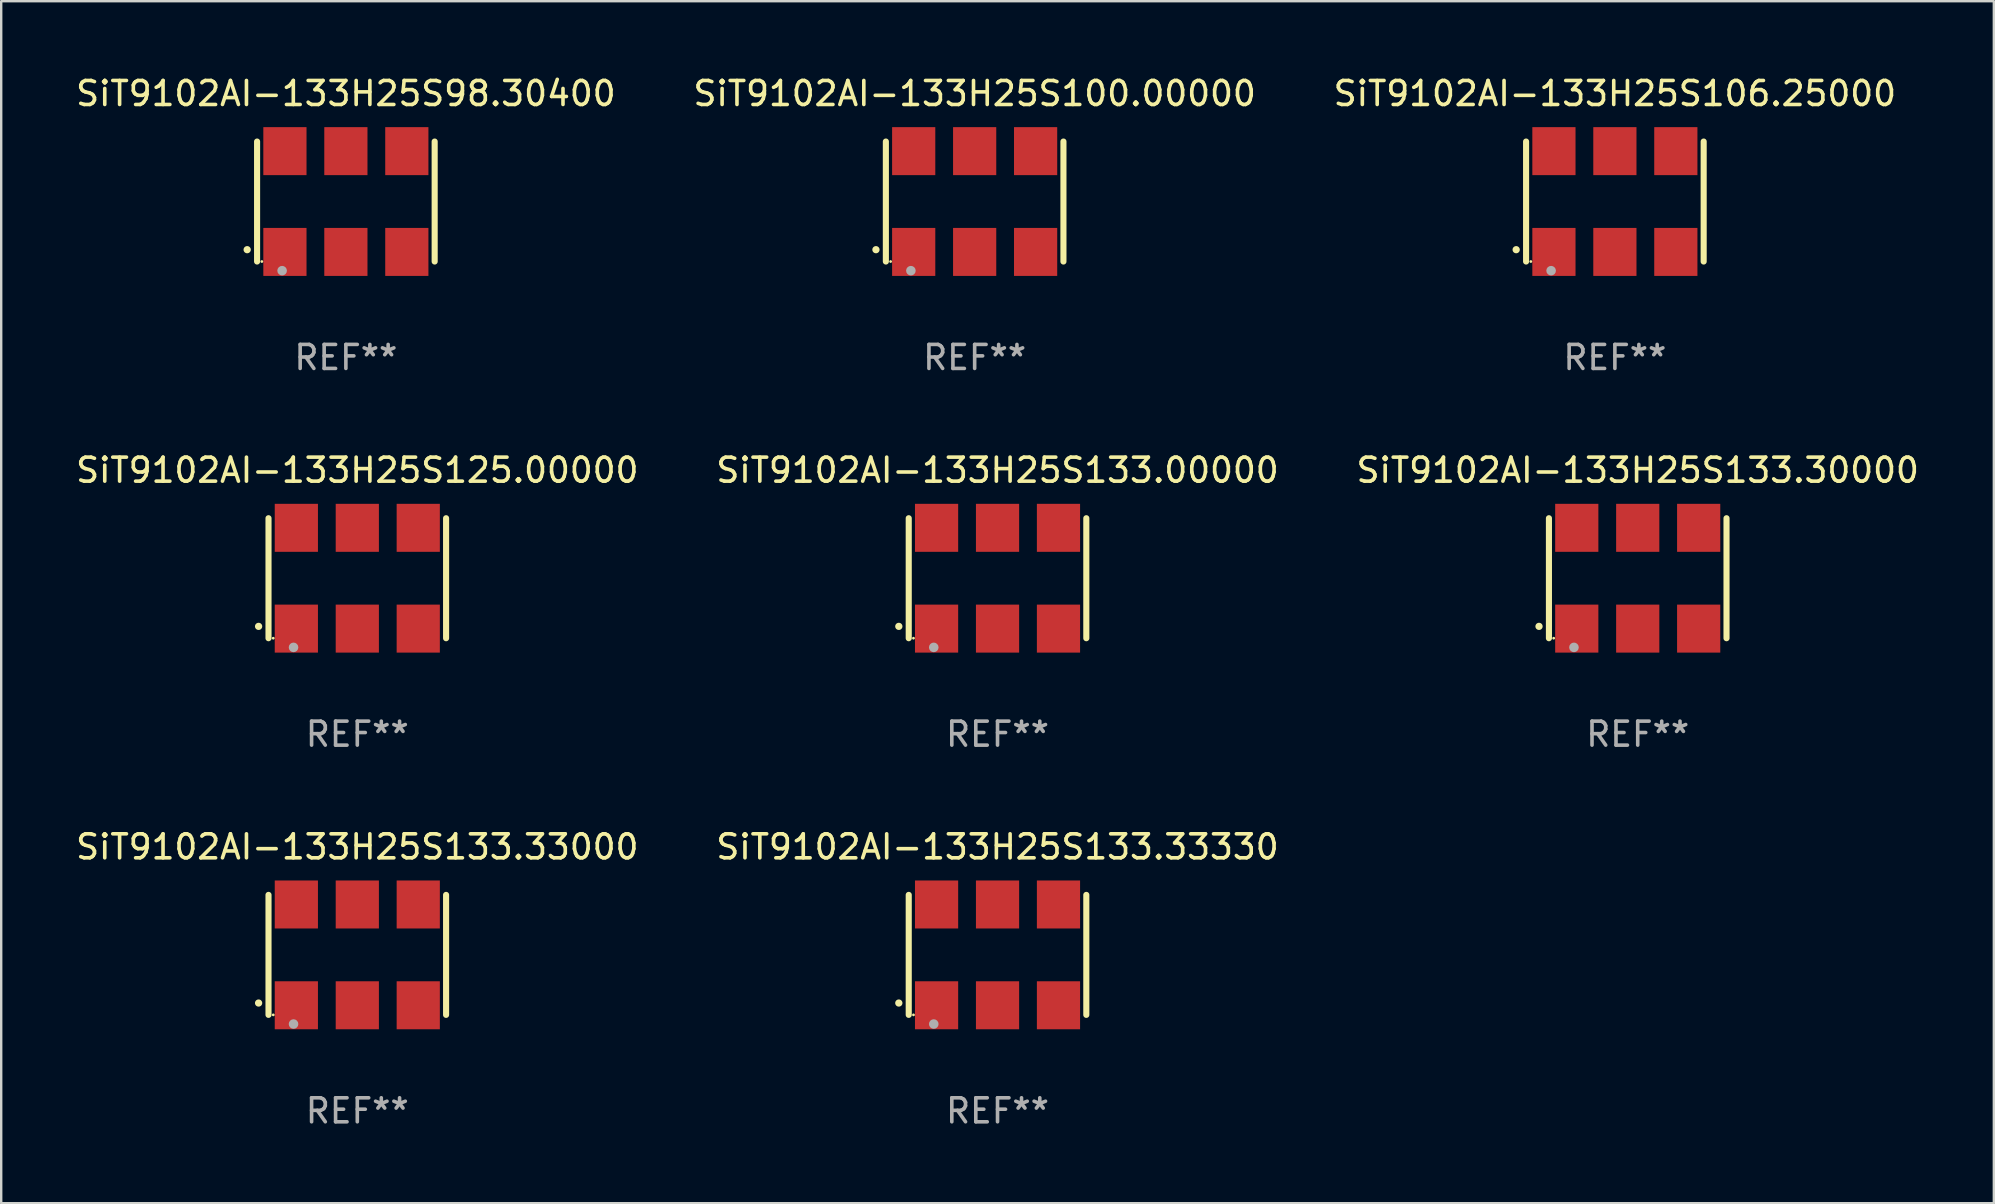
<source format=kicad_pcb>
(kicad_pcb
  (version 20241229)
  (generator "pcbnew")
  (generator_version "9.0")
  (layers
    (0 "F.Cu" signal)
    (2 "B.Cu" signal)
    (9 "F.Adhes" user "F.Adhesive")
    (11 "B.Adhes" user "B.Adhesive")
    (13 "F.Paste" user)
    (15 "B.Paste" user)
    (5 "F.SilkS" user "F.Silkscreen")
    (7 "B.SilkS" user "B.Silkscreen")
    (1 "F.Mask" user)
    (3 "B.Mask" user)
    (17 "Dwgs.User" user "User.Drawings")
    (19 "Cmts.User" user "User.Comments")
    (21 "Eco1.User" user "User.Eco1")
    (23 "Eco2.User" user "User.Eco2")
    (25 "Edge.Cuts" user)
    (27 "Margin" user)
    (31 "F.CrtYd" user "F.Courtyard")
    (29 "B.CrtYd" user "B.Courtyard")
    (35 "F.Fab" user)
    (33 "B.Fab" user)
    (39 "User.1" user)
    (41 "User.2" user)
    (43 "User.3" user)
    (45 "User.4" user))
  (footprint "SiT9102AI-133H25S106.25000"
    (layer "F.Cu")
    (at 64.244 5.348)
    (property "Reference" "SiT9102AI-133H25S106.25000" (at 0 -4.5 0) (layer "F.SilkS") (effects (font (size 1 1) (thickness 0.15))))
    (attr through_hole)
    (fp_line (start -3.7 -2.5) (end -3.7 2.5) (stroke (width 0.254) (type solid)) (layer "F.SilkS"))
    (fp_line (start 3.7 -2.5) (end 3.7 2.5) (stroke (width 0.254) (type solid)) (layer "F.SilkS"))
    (fp_arc (start -4.114415 2.006604) (mid -4.113145 2.006599) (end -4.111875 2.006604) (stroke (width 0.3) (type solid)) (layer "F.SilkS"))
    (fp_circle (center -3.502 2.5) (end -3.472 2.5) (stroke (width 0.06) (type solid)) (fill no) (layer "F.SilkS"))
    (fp_circle (center -2.657 2.882) (end -2.557 2.882) (stroke (width 0.2) (type solid)) (fill no) (layer "F.Fab"))
    (fp_text user "REF**" (at 0 6.5 0) (layer "F.Fab") (effects (font (size 1 1) (thickness 0.15))))
    (pad "1" smd rect (at -2.54 2.1) (size 1.8 2) (layers "F.Cu" "F.Mask" "F.Paste"))
    (pad "2" smd rect (at 0.000394 2.1) (size 1.8 2) (layers "F.Cu" "F.Mask" "F.Paste"))
    (pad "3" smd rect (at 2.54 2.1) (size 1.8 2) (layers "F.Cu" "F.Mask" "F.Paste"))
    (pad "4" smd rect (at 2.54 -2.1) (size 1.8 2) (layers "F.Cu" "F.Mask" "F.Paste"))
    (pad "5" smd rect (at 0.000394 -2.1) (size 1.8 2) (layers "F.Cu" "F.Mask" "F.Paste"))
    (pad "6" smd rect (at -2.54 -2.1) (size 1.8 2) (layers "F.Cu" "F.Mask" "F.Paste")))
  (footprint "SiT9102AI-133H25S133.30000"
    (layer "F.Cu")
    (at 65.196 21.045)
    (property "Reference" "SiT9102AI-133H25S133.30000" (at 0 -4.5 0) (layer "F.SilkS") (effects (font (size 1 1) (thickness 0.15))))
    (attr through_hole)
    (fp_line (start -3.7 -2.5) (end -3.7 2.5) (stroke (width 0.254) (type solid)) (layer "F.SilkS"))
    (fp_line (start 3.7 -2.5) (end 3.7 2.5) (stroke (width 0.254) (type solid)) (layer "F.SilkS"))
    (fp_arc (start -4.114415 2.006604) (mid -4.113145 2.006599) (end -4.111875 2.006604) (stroke (width 0.3) (type solid)) (layer "F.SilkS"))
    (fp_circle (center -3.502 2.5) (end -3.472 2.5) (stroke (width 0.06) (type solid)) (fill no) (layer "F.SilkS"))
    (fp_circle (center -2.657 2.882) (end -2.557 2.882) (stroke (width 0.2) (type solid)) (fill no) (layer "F.Fab"))
    (fp_text user "REF**" (at 0 6.5 0) (layer "F.Fab") (effects (font (size 1 1) (thickness 0.15))))
    (pad "1" smd rect (at -2.54 2.1) (size 1.8 2) (layers "F.Cu" "F.Mask" "F.Paste"))
    (pad "2" smd rect (at 0.000394 2.1) (size 1.8 2) (layers "F.Cu" "F.Mask" "F.Paste"))
    (pad "3" smd rect (at 2.54 2.1) (size 1.8 2) (layers "F.Cu" "F.Mask" "F.Paste"))
    (pad "4" smd rect (at 2.54 -2.1) (size 1.8 2) (layers "F.Cu" "F.Mask" "F.Paste"))
    (pad "5" smd rect (at 0.000394 -2.1) (size 1.8 2) (layers "F.Cu" "F.Mask" "F.Paste"))
    (pad "6" smd rect (at -2.54 -2.1) (size 1.8 2) (layers "F.Cu" "F.Mask" "F.Paste")))
  (footprint "SiT9102AI-133H25S133.33330"
    (layer "F.Cu")
    (at 38.518 36.741)
    (property "Reference" "SiT9102AI-133H25S133.33330" (at 0 -4.5 0) (layer "F.SilkS") (effects (font (size 1 1) (thickness 0.15))))
    (attr through_hole)
    (fp_line (start -3.7 -2.5) (end -3.7 2.5) (stroke (width 0.254) (type solid)) (layer "F.SilkS"))
    (fp_line (start 3.7 -2.5) (end 3.7 2.5) (stroke (width 0.254) (type solid)) (layer "F.SilkS"))
    (fp_arc (start -4.114415 2.006604) (mid -4.113145 2.006599) (end -4.111875 2.006604) (stroke (width 0.3) (type solid)) (layer "F.SilkS"))
    (fp_circle (center -3.502 2.5) (end -3.472 2.5) (stroke (width 0.06) (type solid)) (fill no) (layer "F.SilkS"))
    (fp_circle (center -2.657 2.882) (end -2.557 2.882) (stroke (width 0.2) (type solid)) (fill no) (layer "F.Fab"))
    (fp_text user "REF**" (at 0 6.5 0) (layer "F.Fab") (effects (font (size 1 1) (thickness 0.15))))
    (pad "1" smd rect (at -2.54 2.1) (size 1.8 2) (layers "F.Cu" "F.Mask" "F.Paste"))
    (pad "2" smd rect (at 0.000394 2.1) (size 1.8 2) (layers "F.Cu" "F.Mask" "F.Paste"))
    (pad "3" smd rect (at 2.54 2.1) (size 1.8 2) (layers "F.Cu" "F.Mask" "F.Paste"))
    (pad "4" smd rect (at 2.54 -2.1) (size 1.8 2) (layers "F.Cu" "F.Mask" "F.Paste"))
    (pad "5" smd rect (at 0.000394 -2.1) (size 1.8 2) (layers "F.Cu" "F.Mask" "F.Paste"))
    (pad "6" smd rect (at -2.54 -2.1) (size 1.8 2) (layers "F.Cu" "F.Mask" "F.Paste")))
  (footprint "SiT9102AI-133H25S125.00000"
    (layer "F.Cu")
    (at 11.839 21.045)
    (property "Reference" "SiT9102AI-133H25S125.00000" (at 0 -4.5 0) (layer "F.SilkS") (effects (font (size 1 1) (thickness 0.15))))
    (attr through_hole)
    (fp_line (start -3.7 -2.5) (end -3.7 2.5) (stroke (width 0.254) (type solid)) (layer "F.SilkS"))
    (fp_line (start 3.7 -2.5) (end 3.7 2.5) (stroke (width 0.254) (type solid)) (layer "F.SilkS"))
    (fp_arc (start -4.114415 2.006604) (mid -4.113145 2.006599) (end -4.111875 2.006604) (stroke (width 0.3) (type solid)) (layer "F.SilkS"))
    (fp_circle (center -3.502 2.5) (end -3.472 2.5) (stroke (width 0.06) (type solid)) (fill no) (layer "F.SilkS"))
    (fp_circle (center -2.657 2.882) (end -2.557 2.882) (stroke (width 0.2) (type solid)) (fill no) (layer "F.Fab"))
    (fp_text user "REF**" (at 0 6.5 0) (layer "F.Fab") (effects (font (size 1 1) (thickness 0.15))))
    (pad "1" smd rect (at -2.54 2.1) (size 1.8 2) (layers "F.Cu" "F.Mask" "F.Paste"))
    (pad "2" smd rect (at 0.000394 2.1) (size 1.8 2) (layers "F.Cu" "F.Mask" "F.Paste"))
    (pad "3" smd rect (at 2.54 2.1) (size 1.8 2) (layers "F.Cu" "F.Mask" "F.Paste"))
    (pad "4" smd rect (at 2.54 -2.1) (size 1.8 2) (layers "F.Cu" "F.Mask" "F.Paste"))
    (pad "5" smd rect (at 0.000394 -2.1) (size 1.8 2) (layers "F.Cu" "F.Mask" "F.Paste"))
    (pad "6" smd rect (at -2.54 -2.1) (size 1.8 2) (layers "F.Cu" "F.Mask" "F.Paste")))
  (footprint "SiT9102AI-133H25S98.30400"
    (layer "F.Cu")
    (at 11.363 5.348)
    (property "Reference" "SiT9102AI-133H25S98.30400" (at 0 -4.5 0) (layer "F.SilkS") (effects (font (size 1 1) (thickness 0.15))))
    (attr through_hole)
    (fp_line (start -3.7 -2.5) (end -3.7 2.5) (stroke (width 0.254) (type solid)) (layer "F.SilkS"))
    (fp_line (start 3.7 -2.5) (end 3.7 2.5) (stroke (width 0.254) (type solid)) (layer "F.SilkS"))
    (fp_arc (start -4.114415 2.006604) (mid -4.113145 2.006599) (end -4.111875 2.006604) (stroke (width 0.3) (type solid)) (layer "F.SilkS"))
    (fp_circle (center -3.502 2.5) (end -3.472 2.5) (stroke (width 0.06) (type solid)) (fill no) (layer "F.SilkS"))
    (fp_circle (center -2.657 2.882) (end -2.557 2.882) (stroke (width 0.2) (type solid)) (fill no) (layer "F.Fab"))
    (fp_text user "REF**" (at 0 6.5 0) (layer "F.Fab") (effects (font (size 1 1) (thickness 0.15))))
    (pad "1" smd rect (at -2.54 2.1) (size 1.8 2) (layers "F.Cu" "F.Mask" "F.Paste"))
    (pad "2" smd rect (at 0.000394 2.1) (size 1.8 2) (layers "F.Cu" "F.Mask" "F.Paste"))
    (pad "3" smd rect (at 2.54 2.1) (size 1.8 2) (layers "F.Cu" "F.Mask" "F.Paste"))
    (pad "4" smd rect (at 2.54 -2.1) (size 1.8 2) (layers "F.Cu" "F.Mask" "F.Paste"))
    (pad "5" smd rect (at 0.000394 -2.1) (size 1.8 2) (layers "F.Cu" "F.Mask" "F.Paste"))
    (pad "6" smd rect (at -2.54 -2.1) (size 1.8 2) (layers "F.Cu" "F.Mask" "F.Paste")))
  (footprint "SiT9102AI-133H25S100.00000"
    (layer "F.Cu")
    (at 37.565 5.348)
    (property "Reference" "SiT9102AI-133H25S100.00000" (at 0 -4.5 0) (layer "F.SilkS") (effects (font (size 1 1) (thickness 0.15))))
    (attr through_hole)
    (fp_line (start -3.7 -2.5) (end -3.7 2.5) (stroke (width 0.254) (type solid)) (layer "F.SilkS"))
    (fp_line (start 3.7 -2.5) (end 3.7 2.5) (stroke (width 0.254) (type solid)) (layer "F.SilkS"))
    (fp_arc (start -4.114415 2.006604) (mid -4.113145 2.006599) (end -4.111875 2.006604) (stroke (width 0.3) (type solid)) (layer "F.SilkS"))
    (fp_circle (center -3.502 2.5) (end -3.472 2.5) (stroke (width 0.06) (type solid)) (fill no) (layer "F.SilkS"))
    (fp_circle (center -2.657 2.882) (end -2.557 2.882) (stroke (width 0.2) (type solid)) (fill no) (layer "F.Fab"))
    (fp_text user "REF**" (at 0 6.5 0) (layer "F.Fab") (effects (font (size 1 1) (thickness 0.15))))
    (pad "1" smd rect (at -2.54 2.1) (size 1.8 2) (layers "F.Cu" "F.Mask" "F.Paste"))
    (pad "2" smd rect (at 0.000394 2.1) (size 1.8 2) (layers "F.Cu" "F.Mask" "F.Paste"))
    (pad "3" smd rect (at 2.54 2.1) (size 1.8 2) (layers "F.Cu" "F.Mask" "F.Paste"))
    (pad "4" smd rect (at 2.54 -2.1) (size 1.8 2) (layers "F.Cu" "F.Mask" "F.Paste"))
    (pad "5" smd rect (at 0.000394 -2.1) (size 1.8 2) (layers "F.Cu" "F.Mask" "F.Paste"))
    (pad "6" smd rect (at -2.54 -2.1) (size 1.8 2) (layers "F.Cu" "F.Mask" "F.Paste")))
  (footprint "SiT9102AI-133H25S133.00000"
    (layer "F.Cu")
    (at 38.518 21.045)
    (property "Reference" "SiT9102AI-133H25S133.00000" (at 0 -4.5 0) (layer "F.SilkS") (effects (font (size 1 1) (thickness 0.15))))
    (attr through_hole)
    (fp_line (start -3.7 -2.5) (end -3.7 2.5) (stroke (width 0.254) (type solid)) (layer "F.SilkS"))
    (fp_line (start 3.7 -2.5) (end 3.7 2.5) (stroke (width 0.254) (type solid)) (layer "F.SilkS"))
    (fp_arc (start -4.114415 2.006604) (mid -4.113145 2.006599) (end -4.111875 2.006604) (stroke (width 0.3) (type solid)) (layer "F.SilkS"))
    (fp_circle (center -3.502 2.5) (end -3.472 2.5) (stroke (width 0.06) (type solid)) (fill no) (layer "F.SilkS"))
    (fp_circle (center -2.657 2.882) (end -2.557 2.882) (stroke (width 0.2) (type solid)) (fill no) (layer "F.Fab"))
    (fp_text user "REF**" (at 0 6.5 0) (layer "F.Fab") (effects (font (size 1 1) (thickness 0.15))))
    (pad "1" smd rect (at -2.54 2.1) (size 1.8 2) (layers "F.Cu" "F.Mask" "F.Paste"))
    (pad "2" smd rect (at 0.000394 2.1) (size 1.8 2) (layers "F.Cu" "F.Mask" "F.Paste"))
    (pad "3" smd rect (at 2.54 2.1) (size 1.8 2) (layers "F.Cu" "F.Mask" "F.Paste"))
    (pad "4" smd rect (at 2.54 -2.1) (size 1.8 2) (layers "F.Cu" "F.Mask" "F.Paste"))
    (pad "5" smd rect (at 0.000394 -2.1) (size 1.8 2) (layers "F.Cu" "F.Mask" "F.Paste"))
    (pad "6" smd rect (at -2.54 -2.1) (size 1.8 2) (layers "F.Cu" "F.Mask" "F.Paste")))
  (footprint "SiT9102AI-133H25S133.33000"
    (layer "F.Cu")
    (at 11.839 36.741)
    (property "Reference" "SiT9102AI-133H25S133.33000" (at 0 -4.5 0) (layer "F.SilkS") (effects (font (size 1 1) (thickness 0.15))))
    (attr through_hole)
    (fp_line (start -3.7 -2.5) (end -3.7 2.5) (stroke (width 0.254) (type solid)) (layer "F.SilkS"))
    (fp_line (start 3.7 -2.5) (end 3.7 2.5) (stroke (width 0.254) (type solid)) (layer "F.SilkS"))
    (fp_arc (start -4.114415 2.006604) (mid -4.113145 2.006599) (end -4.111875 2.006604) (stroke (width 0.3) (type solid)) (layer "F.SilkS"))
    (fp_circle (center -3.502 2.5) (end -3.472 2.5) (stroke (width 0.06) (type solid)) (fill no) (layer "F.SilkS"))
    (fp_circle (center -2.657 2.882) (end -2.557 2.882) (stroke (width 0.2) (type solid)) (fill no) (layer "F.Fab"))
    (fp_text user "REF**" (at 0 6.5 0) (layer "F.Fab") (effects (font (size 1 1) (thickness 0.15))))
    (pad "1" smd rect (at -2.54 2.1) (size 1.8 2) (layers "F.Cu" "F.Mask" "F.Paste"))
    (pad "2" smd rect (at 0.000394 2.1) (size 1.8 2) (layers "F.Cu" "F.Mask" "F.Paste"))
    (pad "3" smd rect (at 2.54 2.1) (size 1.8 2) (layers "F.Cu" "F.Mask" "F.Paste"))
    (pad "4" smd rect (at 2.54 -2.1) (size 1.8 2) (layers "F.Cu" "F.Mask" "F.Paste"))
    (pad "5" smd rect (at 0.000394 -2.1) (size 1.8 2) (layers "F.Cu" "F.Mask" "F.Paste"))
    (pad "6" smd rect (at -2.54 -2.1) (size 1.8 2) (layers "F.Cu" "F.Mask" "F.Paste")))
  (gr_rect
    (start -3 -3)
    (end 80.036 47.09)
    (stroke (width 0.1) (type default))
    (fill no)
    (layer "Edge.Cuts")))
</source>
